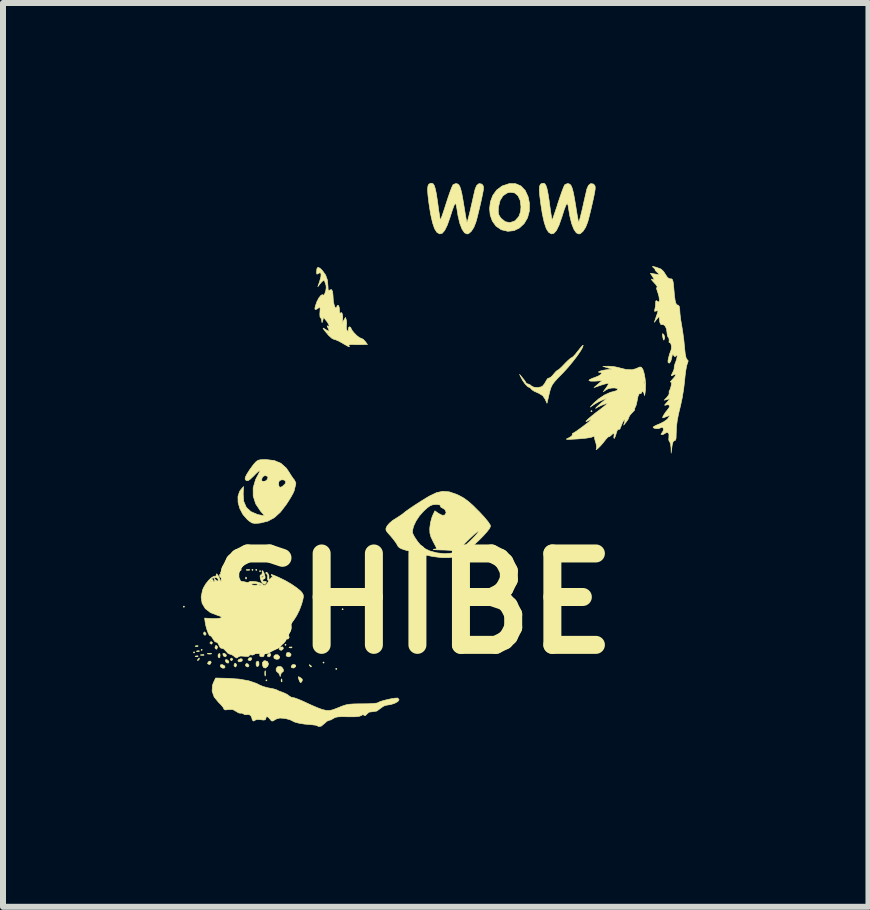
<source format=kicad_pcb>
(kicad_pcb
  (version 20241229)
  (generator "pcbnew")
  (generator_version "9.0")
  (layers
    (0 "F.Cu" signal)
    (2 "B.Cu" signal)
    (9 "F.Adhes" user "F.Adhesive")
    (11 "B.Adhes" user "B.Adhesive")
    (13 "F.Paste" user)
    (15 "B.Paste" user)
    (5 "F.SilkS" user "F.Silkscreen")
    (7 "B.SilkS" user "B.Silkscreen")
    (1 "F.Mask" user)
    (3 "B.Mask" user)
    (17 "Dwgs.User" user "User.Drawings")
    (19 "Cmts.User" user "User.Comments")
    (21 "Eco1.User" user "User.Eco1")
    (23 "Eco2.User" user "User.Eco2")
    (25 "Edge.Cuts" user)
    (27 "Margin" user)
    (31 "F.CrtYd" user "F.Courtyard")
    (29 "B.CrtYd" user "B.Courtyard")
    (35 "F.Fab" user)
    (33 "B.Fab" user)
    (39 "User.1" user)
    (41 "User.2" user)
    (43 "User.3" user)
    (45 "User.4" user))
  (footprint "SHIBE"
    (layer "F.Cu")
    (at 3.836 7.011)
    (property "Reference" "SHIBE" (at 0 0 0) (layer "F.SilkS") (effects (font (size 1.524 1.524) (thickness 0.3))))
    (attr through_hole)
    (fp_poly (pts (xy -3.81 0.053) (xy -3.821 0.064) (xy -3.831 0.053) (xy -3.821 0.042) (xy -3.81 0.053)) (stroke (width 0.01) (type solid)) (fill yes) (layer "F.SilkS"))
    (fp_poly (pts (xy -3.641 0.815) (xy -3.651 0.826) (xy -3.662 0.815) (xy -3.651 0.804) (xy -3.641 0.815)) (stroke (width 0.01) (type solid)) (fill yes) (layer "F.SilkS"))
    (fp_poly (pts (xy -3.514 0.773) (xy -3.524 0.783) (xy -3.535 0.773) (xy -3.524 0.762) (xy -3.514 0.773)) (stroke (width 0.01) (type solid)) (fill yes) (layer "F.SilkS"))
    (fp_poly (pts (xy -3.027 -0.519) (xy -3.037 -0.508) (xy -3.048 -0.519) (xy -3.037 -0.529) (xy -3.027 -0.519)) (stroke (width 0.01) (type solid)) (fill yes) (layer "F.SilkS"))
    (fp_poly (pts (xy -2.942 -0.561) (xy -2.953 -0.55) (xy -2.963 -0.561) (xy -2.953 -0.572) (xy -2.942 -0.561)) (stroke (width 0.01) (type solid)) (fill yes) (layer "F.SilkS"))
    (fp_poly (pts (xy -2.667 -0.561) (xy -2.678 -0.55) (xy -2.688 -0.561) (xy -2.678 -0.572) (xy -2.667 -0.561)) (stroke (width 0.01) (type solid)) (fill yes) (layer "F.SilkS"))
    (fp_poly (pts (xy -2.603 -0.561) (xy -2.614 -0.55) (xy -2.625 -0.561) (xy -2.614 -0.572) (xy -2.603 -0.561)) (stroke (width 0.01) (type solid)) (fill yes) (layer "F.SilkS"))
    (fp_poly (pts (xy -2.54 -0.54) (xy -2.551 -0.529) (xy -2.561 -0.54) (xy -2.551 -0.55) (xy -2.54 -0.54)) (stroke (width 0.01) (type solid)) (fill yes) (layer "F.SilkS"))
    (fp_poly (pts (xy -2.434 1.281) (xy -2.445 1.291) (xy -2.455 1.281) (xy -2.445 1.27) (xy -2.434 1.281)) (stroke (width 0.01) (type solid)) (fill yes) (layer "F.SilkS"))
    (fp_poly (pts (xy -2.117 0.688) (xy -2.127 0.699) (xy -2.138 0.688) (xy -2.127 0.677) (xy -2.117 0.688)) (stroke (width 0.01) (type solid)) (fill yes) (layer "F.SilkS"))
    (fp_poly (pts (xy -1.482 0.984) (xy -1.492 0.995) (xy -1.503 0.984) (xy -1.492 0.974) (xy -1.482 0.984)) (stroke (width 0.01) (type solid)) (fill yes) (layer "F.SilkS"))
    (fp_poly (pts (xy -1.27 1.09) (xy -1.281 1.101) (xy -1.291 1.09) (xy -1.281 1.079) (xy -1.27 1.09)) (stroke (width 0.01) (type solid)) (fill yes) (layer "F.SilkS"))
    (fp_poly (pts (xy -1.164 0.095) (xy -1.175 0.106) (xy -1.185 0.095) (xy -1.175 0.085) (xy -1.164 0.095)) (stroke (width 0.01) (type solid)) (fill yes) (layer "F.SilkS"))
    (fp_poly (pts (xy 2.985 -3.207) (xy 2.974 -3.196) (xy 2.963 -3.207) (xy 2.974 -3.217) (xy 2.985 -3.207)) (stroke (width 0.01) (type solid)) (fill yes) (layer "F.SilkS"))
    (fp_poly (pts (xy -3.583 0.707) (xy -3.589 0.716) (xy -3.611 0.718) (xy -3.633 0.713) (xy -3.623 0.705) (xy -3.59 0.703) (xy -3.583 0.707)) (stroke (width 0.01) (type solid)) (fill yes) (layer "F.SilkS"))
    (fp_poly (pts (xy -3.583 0.876) (xy -3.589 0.886) (xy -3.611 0.887) (xy -3.633 0.882) (xy -3.623 0.875) (xy -3.59 0.872) (xy -3.583 0.876)) (stroke (width 0.01) (type solid)) (fill yes) (layer "F.SilkS"))
    (fp_poly (pts (xy -3.562 0.792) (xy -3.568 0.801) (xy -3.59 0.803) (xy -3.612 0.797) (xy -3.602 0.79) (xy -3.569 0.787) (xy -3.562 0.792)) (stroke (width 0.01) (type solid)) (fill yes) (layer "F.SilkS"))
    (fp_poly (pts (xy -3.487 0.854) (xy -3.485 0.862) (xy -3.514 0.864) (xy -3.544 0.861) (xy -3.54 0.854) (xy -3.497 0.851) (xy -3.487 0.854)) (stroke (width 0.01) (type solid)) (fill yes) (layer "F.SilkS"))
    (fp_poly (pts (xy -3.013 -0.564) (xy -3.016 -0.552) (xy -3.027 -0.55) (xy -3.044 -0.558) (xy -3.041 -0.564) (xy -3.016 -0.567) (xy -3.013 -0.564)) (stroke (width 0.01) (type solid)) (fill yes) (layer "F.SilkS"))
    (fp_poly (pts (xy -2.863 -0.563) (xy -2.87 -0.554) (xy -2.891 -0.552) (xy -2.914 -0.557) (xy -2.904 -0.565) (xy -2.871 -0.567) (xy -2.863 -0.563)) (stroke (width 0.01) (type solid)) (fill yes) (layer "F.SilkS"))
    (fp_poly (pts (xy -2.78 -0.437) (xy -2.777 -0.412) (xy -2.78 -0.409) (xy -2.792 -0.412) (xy -2.794 -0.423) (xy -2.786 -0.441) (xy -2.78 -0.437)) (stroke (width 0.01) (type solid)) (fill yes) (layer "F.SilkS"))
    (fp_poly (pts (xy -2.725 -0.564) (xy -2.723 -0.557) (xy -2.752 -0.554) (xy -2.782 -0.557) (xy -2.778 -0.564) (xy -2.735 -0.567) (xy -2.725 -0.564)) (stroke (width 0.01) (type solid)) (fill yes) (layer "F.SilkS"))
    (fp_poly (pts (xy -2.187 1.266) (xy -2.184 1.299) (xy -2.189 1.307) (xy -2.198 1.3) (xy -2.2 1.279) (xy -2.194 1.256) (xy -2.187 1.266)) (stroke (width 0.01) (type solid)) (fill yes) (layer "F.SilkS"))
    (fp_poly (pts (xy -2.017 0.728) (xy -2.023 0.738) (xy -2.044 0.739) (xy -2.067 0.734) (xy -2.057 0.726) (xy -2.024 0.724) (xy -2.017 0.728)) (stroke (width 0.01) (type solid)) (fill yes) (layer "F.SilkS"))
    (fp_poly (pts (xy -3.365 0.982) (xy -3.383 1.012) (xy -3.399 1.016) (xy -3.424 1.004) (xy -3.424 0.991) (xy -3.403 0.963) (xy -3.378 0.959) (xy -3.365 0.982)) (stroke (width 0.01) (type solid)) (fill yes) (layer "F.SilkS"))
    (fp_poly (pts (xy -2.952 -0.525) (xy -2.959 -0.509) (xy -2.978 -0.499) (xy -3.003 -0.492) (xy -2.993 -0.508) (xy -2.99 -0.511) (xy -2.962 -0.527) (xy -2.952 -0.525)) (stroke (width 0.01) (type solid)) (fill yes) (layer "F.SilkS"))
    (fp_poly (pts (xy -2.938 -0.453) (xy -2.93 -0.428) (xy -2.932 -0.422) (xy -2.95 -0.403) (xy -2.956 -0.425) (xy -2.956 -0.433) (xy -2.947 -0.454) (xy -2.938 -0.453)) (stroke (width 0.01) (type solid)) (fill yes) (layer "F.SilkS"))
    (fp_poly (pts (xy -2.756 1.005) (xy -2.735 1.033) (xy -2.745 1.055) (xy -2.76 1.058) (xy -2.79 1.041) (xy -2.794 1.025) (xy -2.782 1.002) (xy -2.756 1.005)) (stroke (width 0.01) (type solid)) (fill yes) (layer "F.SilkS"))
    (fp_poly (pts (xy -2.371 0.855) (xy -2.388 0.885) (xy -2.404 0.889) (xy -2.429 0.877) (xy -2.429 0.864) (xy -2.408 0.836) (xy -2.383 0.832) (xy -2.371 0.855)) (stroke (width 0.01) (type solid)) (fill yes) (layer "F.SilkS"))
    (fp_poly (pts (xy -1.718 1.025) (xy -1.695 1.044) (xy -1.693 1.049) (xy -1.703 1.058) (xy -1.724 1.038) (xy -1.727 1.034) (xy -1.73 1.019) (xy -1.718 1.025)) (stroke (width 0.01) (type solid)) (fill yes) (layer "F.SilkS"))
    (fp_poly (pts (xy -3.563 0.924) (xy -3.567 0.931) (xy -3.587 0.952) (xy -3.59 0.953) (xy -3.592 0.939) (xy -3.588 0.931) (xy -3.568 0.911) (xy -3.564 0.91) (xy -3.563 0.924)) (stroke (width 0.01) (type solid)) (fill yes) (layer "F.SilkS"))
    (fp_poly (pts (xy -3.471 0.476) (xy -3.451 0.503) (xy -3.45 0.509) (xy -3.466 0.529) (xy -3.471 0.529) (xy -3.49 0.512) (xy -3.493 0.496) (xy -3.482 0.474) (xy -3.471 0.476)) (stroke (width 0.01) (type solid)) (fill yes) (layer "F.SilkS"))
    (fp_poly (pts (xy -3.36 0.833) (xy -3.359 0.84) (xy -3.392 0.843) (xy -3.397 0.843) (xy -3.43 0.839) (xy -3.427 0.833) (xy -3.423 0.832) (xy -3.377 0.829) (xy -3.36 0.833)) (stroke (width 0.01) (type solid)) (fill yes) (layer "F.SilkS"))
    (fp_poly (pts (xy -3.345 0.651) (xy -3.344 0.656) (xy -3.36 0.677) (xy -3.365 0.677) (xy -3.386 0.661) (xy -3.387 0.656) (xy -3.371 0.636) (xy -3.365 0.635) (xy -3.345 0.651)) (stroke (width 0.01) (type solid)) (fill yes) (layer "F.SilkS"))
    (fp_poly (pts (xy -3.262 0.716) (xy -3.26 0.73) (xy -3.271 0.758) (xy -3.281 0.762) (xy -3.3 0.745) (xy -3.302 0.73) (xy -3.291 0.702) (xy -3.281 0.699) (xy -3.262 0.716)) (stroke (width 0.01) (type solid)) (fill yes) (layer "F.SilkS"))
    (fp_poly (pts (xy -3.217 0.863) (xy -3.217 0.864) (xy -3.223 0.904) (xy -3.238 0.903) (xy -3.25 0.887) (xy -3.25 0.854) (xy -3.241 0.841) (xy -3.223 0.833) (xy -3.217 0.863)) (stroke (width 0.01) (type solid)) (fill yes) (layer "F.SilkS"))
    (fp_poly (pts (xy -3.118 0.851) (xy -3.111 0.869) (xy -3.125 0.888) (xy -3.152 0.881) (xy -3.165 0.866) (xy -3.171 0.838) (xy -3.168 0.833) (xy -3.143 0.831) (xy -3.118 0.851)) (stroke (width 0.01) (type solid)) (fill yes) (layer "F.SilkS"))
    (fp_poly (pts (xy -3.076 0.957) (xy -3.069 0.975) (xy -3.082 0.994) (xy -3.109 0.987) (xy -3.123 0.972) (xy -3.129 0.944) (xy -3.126 0.938) (xy -3.101 0.937) (xy -3.076 0.957)) (stroke (width 0.01) (type solid)) (fill yes) (layer "F.SilkS"))
    (fp_poly (pts (xy -3.012 -0.452) (xy -3.016 -0.445) (xy -3.036 -0.424) (xy -3.04 -0.423) (xy -3.041 -0.437) (xy -3.037 -0.445) (xy -3.017 -0.465) (xy -3.014 -0.466) (xy -3.012 -0.452)) (stroke (width 0.01) (type solid)) (fill yes) (layer "F.SilkS"))
    (fp_poly (pts (xy -3.006 0.926) (xy -3.006 0.931) (xy -3.022 0.952) (xy -3.027 0.953) (xy -3.047 0.936) (xy -3.048 0.931) (xy -3.032 0.911) (xy -3.027 0.91) (xy -3.006 0.926)) (stroke (width 0.01) (type solid)) (fill yes) (layer "F.SilkS"))
    (fp_poly (pts (xy -2.945 1.012) (xy -2.942 1.027) (xy -2.954 1.055) (xy -2.963 1.058) (xy -2.982 1.041) (xy -2.985 1.027) (xy -2.973 0.998) (xy -2.963 0.995) (xy -2.945 1.012)) (stroke (width 0.01) (type solid)) (fill yes) (layer "F.SilkS"))
    (fp_poly (pts (xy -2.85 0.925) (xy -2.847 0.951) (xy -2.849 0.955) (xy -2.874 0.971) (xy -2.906 0.971) (xy -2.921 0.955) (xy -2.904 0.932) (xy -2.871 0.92) (xy -2.85 0.925)) (stroke (width 0.01) (type solid)) (fill yes) (layer "F.SilkS"))
    (fp_poly (pts (xy -2.693 0.906) (xy -2.688 0.921) (xy -2.705 0.949) (xy -2.72 0.953) (xy -2.748 0.942) (xy -2.752 0.934) (xy -2.735 0.91) (xy -2.72 0.903) (xy -2.693 0.906)) (stroke (width 0.01) (type solid)) (fill yes) (layer "F.SilkS"))
    (fp_poly (pts (xy -2.57 0.982) (xy -2.569 1.024) (xy -2.579 1.042) (xy -2.602 1.051) (xy -2.616 1.029) (xy -2.617 0.986) (xy -2.607 0.969) (xy -2.584 0.96) (xy -2.57 0.982)) (stroke (width 0.01) (type solid)) (fill yes) (layer "F.SilkS"))
    (fp_poly (pts (xy -2.482 0.822) (xy -2.477 0.845) (xy -2.49 0.881) (xy -2.52 0.889) (xy -2.554 0.878) (xy -2.557 0.852) (xy -2.538 0.818) (xy -2.507 0.808) (xy -2.482 0.822)) (stroke (width 0.01) (type solid)) (fill yes) (layer "F.SilkS"))
    (fp_poly (pts (xy -2.462 1.127) (xy -2.459 1.181) (xy -2.462 1.201) (xy -2.468 1.208) (xy -2.471 1.179) (xy -2.472 1.164) (xy -2.469 1.126) (xy -2.464 1.121) (xy -2.462 1.127)) (stroke (width 0.01) (type solid)) (fill yes) (layer "F.SilkS"))
    (fp_poly (pts (xy -2.187 0.626) (xy -2.173 0.646) (xy -2.167 0.668) (xy -2.183 0.673) (xy -2.228 0.663) (xy -2.254 0.646) (xy -2.253 0.633) (xy -2.222 0.615) (xy -2.187 0.626)) (stroke (width 0.01) (type solid)) (fill yes) (layer "F.SilkS"))
    (fp_poly (pts (xy -2.162 0.743) (xy -2.169 0.761) (xy -2.199 0.782) (xy -2.231 0.765) (xy -2.233 0.762) (xy -2.228 0.738) (xy -2.212 0.727) (xy -2.174 0.723) (xy -2.162 0.743)) (stroke (width 0.01) (type solid)) (fill yes) (layer "F.SilkS"))
    (fp_poly (pts (xy -1.957 1.027) (xy -1.956 1.051) (xy -1.983 1.072) (xy -1.997 1.076) (xy -2.027 1.067) (xy -2.032 1.049) (xy -2.014 1.022) (xy -1.988 1.016) (xy -1.957 1.027)) (stroke (width 0.01) (type solid)) (fill yes) (layer "F.SilkS"))
    (fp_poly (pts (xy -3.148 1.034) (xy -3.133 1.058) (xy -3.148 1.077) (xy -3.18 1.076) (xy -3.207 1.057) (xy -3.208 1.057) (xy -3.213 1.028) (xy -3.21 1.023) (xy -3.181 1.018) (xy -3.148 1.034)) (stroke (width 0.01) (type solid)) (fill yes) (layer "F.SilkS"))
    (fp_poly (pts (xy -2.425 0.969) (xy -2.41 1.007) (xy -2.422 1.043) (xy -2.46 1.076) (xy -2.491 1.068) (xy -2.508 1.037) (xy -2.512 0.985) (xy -2.486 0.956) (xy -2.467 0.953) (xy -2.425 0.969)) (stroke (width 0.01) (type solid)) (fill yes) (layer "F.SilkS"))
    (fp_poly (pts (xy -2.33 0.708) (xy -2.318 0.736) (xy -2.321 0.752) (xy -2.348 0.779) (xy -2.384 0.779) (xy -2.401 0.764) (xy -2.398 0.738) (xy -2.371 0.713) (xy -2.339 0.705) (xy -2.33 0.708)) (stroke (width 0.01) (type solid)) (fill yes) (layer "F.SilkS"))
    (fp_poly (pts (xy -2.075 0.528) (xy -2.065 0.568) (xy -2.084 0.591) (xy -2.095 0.593) (xy -2.123 0.577) (xy -2.128 0.57) (xy -2.128 0.537) (xy -2.118 0.522) (xy -2.092 0.51) (xy -2.075 0.528)) (stroke (width 0.01) (type solid)) (fill yes) (layer "F.SilkS"))
    (fp_poly (pts (xy -2.062 0.819) (xy -2.034 0.844) (xy -2.039 0.874) (xy -2.072 0.889) (xy -2.074 0.889) (xy -2.109 0.877) (xy -2.117 0.861) (xy -2.104 0.821) (xy -2.068 0.816) (xy -2.062 0.819)) (stroke (width 0.01) (type solid)) (fill yes) (layer "F.SilkS"))
    (fp_poly (pts (xy -1.883 1.233) (xy -1.848 1.26) (xy -1.847 1.285) (xy -1.86 1.309) (xy -1.877 1.319) (xy -1.894 1.291) (xy -1.901 1.273) (xy -1.914 1.23) (xy -1.909 1.219) (xy -1.883 1.233)) (stroke (width 0.01) (type solid)) (fill yes) (layer "F.SilkS"))
    (fp_poly (pts (xy 4.177 -4.485) (xy 4.182 -4.479) (xy 4.195 -4.44) (xy 4.191 -4.413) (xy 4.18 -4.391) (xy 4.171 -4.404) (xy 4.164 -4.435) (xy 4.156 -4.485) (xy 4.16 -4.499) (xy 4.177 -4.485)) (stroke (width 0.01) (type solid)) (fill yes) (layer "F.SilkS"))
    (fp_poly (pts (xy -2.256 0.854) (xy -2.227 0.882) (xy -2.223 0.899) (xy -2.239 0.924) (xy -2.275 0.931) (xy -2.31 0.918) (xy -2.319 0.908) (xy -2.32 0.876) (xy -2.294 0.854) (xy -2.256 0.854) (xy -2.256 0.854)) (stroke (width 0.01) (type solid)) (fill yes) (layer "F.SilkS"))
    (fp_poly (pts (xy -2.207 1.05) (xy -2.188 1.061) (xy -2.165 1.093) (xy -2.16 1.127) (xy -2.177 1.143) (xy -2.179 1.143) (xy -2.198 1.161) (xy -2.208 1.191) (xy -2.215 1.218) (xy -2.219 1.203) (xy -2.22 1.201) (xy -2.238 1.162) (xy -2.254 1.151) (xy -2.282 1.122) (xy -2.282 1.082) (xy -2.256 1.052) (xy -2.252 1.05) (xy -2.207 1.05)) (stroke (width 0.01) (type solid)) (fill yes) (layer "F.SilkS"))
    (fp_poly (pts (xy -2.505 -0.543) (xy -2.486 -0.511) (xy -2.484 -0.506) (xy -2.478 -0.482) (xy -2.478 -0.482) (xy -2.468 -0.456) (xy -2.467 -0.425) (xy -2.474 -0.412) (xy -2.476 -0.413) (xy -2.497 -0.406) (xy -2.505 -0.393) (xy -2.502 -0.371) (xy -2.477 -0.37) (xy -2.448 -0.368) (xy -2.448 -0.348) (xy -2.472 -0.32) (xy -2.504 -0.333) (xy -2.515 -0.345) (xy -2.533 -0.378) (xy -2.546 -0.421) (xy -2.547 -0.429) (xy -2.538 -0.429) (xy -2.517 -0.434) (xy -2.513 -0.435) (xy -2.487 -0.452) (xy -2.487 -0.462) (xy -2.509 -0.459) (xy -2.524 -0.447) (xy -2.538 -0.429) (xy -2.547 -0.429) (xy -2.551 -0.459) (xy -2.544 -0.477) (xy -2.539 -0.475) (xy -2.521 -0.48) (xy -2.515 -0.514) (xy -2.518 -0.54) (xy -2.512 -0.549) (xy -2.505 -0.543)) (stroke (width 0.01) (type solid)) (fill yes) (layer "F.SilkS"))
    (fp_poly (pts (xy 1.709 -6.999) (xy 1.798 -6.961) (xy 1.869 -6.887) (xy 1.918 -6.78) (xy 1.94 -6.673) (xy 1.939 -6.544) (xy 1.908 -6.429) (xy 1.851 -6.333) (xy 1.774 -6.261) (xy 1.682 -6.216) (xy 1.58 -6.205) (xy 1.472 -6.231) (xy 1.469 -6.232) (xy 1.383 -6.291) (xy 1.322 -6.375) (xy 1.286 -6.476) (xy 1.281 -6.527) (xy 1.42 -6.527) (xy 1.43 -6.479) (xy 1.457 -6.435) (xy 1.471 -6.418) (xy 1.538 -6.365) (xy 1.613 -6.35) (xy 1.688 -6.374) (xy 1.707 -6.388) (xy 1.764 -6.452) (xy 1.793 -6.535) (xy 1.799 -6.614) (xy 1.786 -6.72) (xy 1.749 -6.798) (xy 1.693 -6.845) (xy 1.62 -6.856) (xy 1.571 -6.845) (xy 1.5 -6.798) (xy 1.45 -6.718) (xy 1.424 -6.61) (xy 1.423 -6.599) (xy 1.42 -6.527) (xy 1.281 -6.527) (xy 1.276 -6.587) (xy 1.29 -6.699) (xy 1.329 -6.803) (xy 1.393 -6.892) (xy 1.481 -6.958) (xy 1.488 -6.962) (xy 1.604 -7) (xy 1.709 -6.999)) (stroke (width 0.01) (type solid)) (fill yes) (layer "F.SilkS"))
    (fp_poly (pts (xy 2.836 -4.304) (xy 2.823 -4.264) (xy 2.785 -4.2) (xy 2.729 -4.119) (xy 2.66 -4.03) (xy 2.584 -3.938) (xy 2.504 -3.85) (xy 2.484 -3.83) (xy 2.408 -3.752) (xy 2.356 -3.694) (xy 2.321 -3.646) (xy 2.299 -3.6) (xy 2.282 -3.546) (xy 2.269 -3.493) (xy 2.233 -3.338) (xy 2.201 -3.408) (xy 2.162 -3.465) (xy 2.096 -3.505) (xy 2.075 -3.514) (xy 2.018 -3.54) (xy 1.98 -3.565) (xy 1.973 -3.574) (xy 1.952 -3.597) (xy 1.946 -3.598) (xy 1.911 -3.616) (xy 1.868 -3.66) (xy 1.826 -3.72) (xy 1.809 -3.751) (xy 1.775 -3.821) (xy 1.828 -3.757) (xy 1.863 -3.713) (xy 1.882 -3.682) (xy 1.883 -3.678) (xy 1.901 -3.663) (xy 1.913 -3.662) (xy 1.95 -3.647) (xy 1.968 -3.63) (xy 2.011 -3.607) (xy 2.073 -3.6) (xy 2.133 -3.611) (xy 2.159 -3.625) (xy 2.191 -3.663) (xy 2.218 -3.711) (xy 2.241 -3.748) (xy 2.263 -3.758) (xy 2.264 -3.758) (xy 2.287 -3.766) (xy 2.323 -3.799) (xy 2.34 -3.82) (xy 2.377 -3.863) (xy 2.404 -3.887) (xy 2.41 -3.889) (xy 2.43 -3.901) (xy 2.47 -3.937) (xy 2.522 -3.99) (xy 2.526 -3.995) (xy 2.579 -4.048) (xy 2.622 -4.086) (xy 2.646 -4.1) (xy 2.646 -4.1) (xy 2.667 -4.114) (xy 2.704 -4.153) (xy 2.749 -4.21) (xy 2.75 -4.211) (xy 2.793 -4.265) (xy 2.823 -4.298) (xy 2.836 -4.305) (xy 2.836 -4.304)) (stroke (width 0.01) (type solid)) (fill yes) (layer "F.SilkS"))
    (fp_poly (pts (xy 0.333 -6.998) (xy 0.353 -6.969) (xy 0.37 -6.916) (xy 0.388 -6.832) (xy 0.406 -6.713) (xy 0.414 -6.657) (xy 0.427 -6.559) (xy 0.44 -6.477) (xy 0.449 -6.42) (xy 0.455 -6.396) (xy 0.455 -6.396) (xy 0.464 -6.412) (xy 0.483 -6.462) (xy 0.509 -6.538) (xy 0.54 -6.633) (xy 0.552 -6.671) (xy 0.586 -6.775) (xy 0.618 -6.867) (xy 0.645 -6.937) (xy 0.664 -6.977) (xy 0.667 -6.982) (xy 0.709 -7) (xy 0.737 -6.997) (xy 0.758 -6.984) (xy 0.777 -6.957) (xy 0.794 -6.91) (xy 0.812 -6.838) (xy 0.831 -6.735) (xy 0.854 -6.596) (xy 0.858 -6.573) (xy 0.872 -6.484) (xy 0.885 -6.412) (xy 0.895 -6.366) (xy 0.898 -6.355) (xy 0.906 -6.371) (xy 0.92 -6.421) (xy 0.94 -6.497) (xy 0.962 -6.591) (xy 0.963 -6.597) (xy 0.987 -6.701) (xy 1.008 -6.795) (xy 1.025 -6.868) (xy 1.035 -6.909) (xy 1.061 -6.97) (xy 1.099 -7) (xy 1.14 -6.994) (xy 1.155 -6.983) (xy 1.168 -6.965) (xy 1.174 -6.941) (xy 1.173 -6.902) (xy 1.162 -6.841) (xy 1.143 -6.749) (xy 1.133 -6.704) (xy 1.108 -6.595) (xy 1.083 -6.491) (xy 1.061 -6.404) (xy 1.047 -6.356) (xy 1.014 -6.272) (xy 0.972 -6.206) (xy 0.927 -6.167) (xy 0.902 -6.16) (xy 0.858 -6.18) (xy 0.817 -6.24) (xy 0.78 -6.336) (xy 0.749 -6.466) (xy 0.731 -6.58) (xy 0.721 -6.636) (xy 0.711 -6.664) (xy 0.698 -6.662) (xy 0.68 -6.627) (xy 0.655 -6.558) (xy 0.62 -6.45) (xy 0.615 -6.433) (xy 0.57 -6.306) (xy 0.527 -6.219) (xy 0.485 -6.171) (xy 0.442 -6.162) (xy 0.397 -6.189) (xy 0.395 -6.191) (xy 0.358 -6.25) (xy 0.324 -6.351) (xy 0.292 -6.495) (xy 0.263 -6.681) (xy 0.263 -6.684) (xy 0.248 -6.808) (xy 0.242 -6.897) (xy 0.247 -6.956) (xy 0.262 -6.99) (xy 0.289 -7.004) (xy 0.31 -7.006) (xy 0.333 -6.998)) (stroke (width 0.01) (type solid)) (fill yes) (layer "F.SilkS"))
    (fp_poly (pts (xy 2.196 -6.998) (xy 2.215 -6.969) (xy 2.233 -6.916) (xy 2.25 -6.832) (xy 2.269 -6.713) (xy 2.276 -6.657) (xy 2.29 -6.559) (xy 2.302 -6.477) (xy 2.312 -6.42) (xy 2.318 -6.396) (xy 2.318 -6.396) (xy 2.327 -6.412) (xy 2.345 -6.462) (xy 2.371 -6.538) (xy 2.403 -6.633) (xy 2.414 -6.671) (xy 2.449 -6.775) (xy 2.481 -6.867) (xy 2.508 -6.937) (xy 2.526 -6.977) (xy 2.53 -6.982) (xy 2.572 -7) (xy 2.599 -6.997) (xy 2.621 -6.984) (xy 2.64 -6.957) (xy 2.657 -6.91) (xy 2.675 -6.838) (xy 2.694 -6.735) (xy 2.717 -6.596) (xy 2.72 -6.573) (xy 2.735 -6.484) (xy 2.748 -6.412) (xy 2.757 -6.366) (xy 2.761 -6.355) (xy 2.768 -6.371) (xy 2.783 -6.421) (xy 2.802 -6.497) (xy 2.825 -6.591) (xy 2.826 -6.597) (xy 2.849 -6.701) (xy 2.871 -6.795) (xy 2.888 -6.868) (xy 2.897 -6.909) (xy 2.924 -6.97) (xy 2.961 -7) (xy 3.003 -6.994) (xy 3.017 -6.983) (xy 3.031 -6.965) (xy 3.037 -6.941) (xy 3.035 -6.902) (xy 3.025 -6.841) (xy 3.006 -6.749) (xy 2.996 -6.704) (xy 2.971 -6.595) (xy 2.946 -6.491) (xy 2.924 -6.404) (xy 2.91 -6.356) (xy 2.877 -6.272) (xy 2.834 -6.206) (xy 2.79 -6.167) (xy 2.765 -6.16) (xy 2.721 -6.18) (xy 2.68 -6.24) (xy 2.643 -6.336) (xy 2.612 -6.466) (xy 2.593 -6.58) (xy 2.584 -6.636) (xy 2.574 -6.664) (xy 2.561 -6.662) (xy 2.543 -6.627) (xy 2.517 -6.558) (xy 2.483 -6.45) (xy 2.477 -6.433) (xy 2.433 -6.306) (xy 2.39 -6.219) (xy 2.347 -6.171) (xy 2.305 -6.162) (xy 2.26 -6.189) (xy 2.258 -6.191) (xy 2.221 -6.25) (xy 2.187 -6.351) (xy 2.155 -6.495) (xy 2.126 -6.681) (xy 2.126 -6.684) (xy 2.111 -6.808) (xy 2.105 -6.897) (xy 2.109 -6.956) (xy 2.124 -6.99) (xy 2.151 -7.004) (xy 2.173 -7.006) (xy 2.196 -6.998)) (stroke (width 0.01) (type solid)) (fill yes) (layer "F.SilkS"))
    (fp_poly (pts (xy -2.314 -2.384) (xy -2.202 -2.337) (xy -2.112 -2.256) (xy -2.07 -2.194) (xy -2.03 -2.13) (xy -1.994 -2.078) (xy -1.977 -2.058) (xy -1.954 -2.009) (xy -1.957 -1.981) (xy -1.972 -1.924) (xy -1.981 -1.883) (xy -1.998 -1.843) (xy -2.033 -1.779) (xy -2.081 -1.701) (xy -2.113 -1.652) (xy -2.212 -1.523) (xy -2.312 -1.432) (xy -2.421 -1.373) (xy -2.544 -1.343) (xy -2.567 -1.34) (xy -2.636 -1.335) (xy -2.683 -1.343) (xy -2.725 -1.369) (xy -2.761 -1.399) (xy -2.836 -1.484) (xy -2.888 -1.583) (xy -2.917 -1.686) (xy -2.919 -1.785) (xy -2.892 -1.868) (xy -2.873 -1.895) (xy -2.826 -1.95) (xy -2.832 -1.827) (xy -2.823 -1.703) (xy -2.781 -1.605) (xy -2.705 -1.533) (xy -2.596 -1.485) (xy -2.543 -1.474) (xy -2.472 -1.461) (xy -2.541 -1.538) (xy -2.623 -1.661) (xy -2.665 -1.792) (xy -2.666 -1.928) (xy -2.652 -1.975) (xy -2.24 -1.975) (xy -2.235 -1.956) (xy -2.222 -1.937) (xy -2.196 -1.943) (xy -2.169 -1.96) (xy -2.133 -1.995) (xy -2.121 -2.03) (xy -2.144 -2.057) (xy -2.184 -2.064) (xy -2.222 -2.051) (xy -2.24 -2.025) (xy -2.24 -1.975) (xy -2.652 -1.975) (xy -2.626 -2.064) (xy -2.62 -2.076) (xy -2.524 -2.076) (xy -2.52 -2.042) (xy -2.493 -2.031) (xy -2.455 -2.045) (xy -2.433 -2.065) (xy -2.418 -2.1) (xy -2.429 -2.12) (xy -2.467 -2.135) (xy -2.504 -2.115) (xy -2.524 -2.076) (xy -2.62 -2.076) (xy -2.603 -2.11) (xy -2.572 -2.168) (xy -2.554 -2.209) (xy -2.552 -2.223) (xy -2.572 -2.208) (xy -2.613 -2.172) (xy -2.659 -2.125) (xy -2.714 -2.073) (xy -2.75 -2.048) (xy -2.774 -2.047) (xy -2.784 -2.053) (xy -2.8 -2.075) (xy -2.796 -2.105) (xy -2.771 -2.156) (xy -2.767 -2.162) (xy -2.721 -2.234) (xy -2.667 -2.308) (xy -2.655 -2.323) (xy -2.617 -2.365) (xy -2.583 -2.388) (xy -2.538 -2.398) (xy -2.468 -2.4) (xy -2.453 -2.4) (xy -2.314 -2.384)) (stroke (width 0.01) (type solid)) (fill yes) (layer "F.SilkS"))
    (fp_poly (pts (xy 0.603 -1.862) (xy 0.723 -1.821) (xy 0.765 -1.802) (xy 0.842 -1.76) (xy 0.916 -1.707) (xy 0.998 -1.635) (xy 1.096 -1.537) (xy 1.099 -1.535) (xy 1.187 -1.44) (xy 1.25 -1.364) (xy 1.285 -1.311) (xy 1.291 -1.29) (xy 1.276 -1.253) (xy 1.233 -1.197) (xy 1.171 -1.128) (xy 1.096 -1.052) (xy 1.014 -0.976) (xy 0.933 -0.907) (xy 0.858 -0.851) (xy 0.798 -0.814) (xy 0.795 -0.812) (xy 0.703 -0.78) (xy 0.598 -0.764) (xy 0.475 -0.765) (xy 0.328 -0.784) (xy 0.15 -0.82) (xy 0.067 -0.84) (xy -0.052 -0.87) (xy -0.136 -0.893) (xy -0.192 -0.912) (xy -0.227 -0.93) (xy -0.248 -0.949) (xy -0.26 -0.971) (xy -0.287 -1.016) (xy -0.333 -1.077) (xy -0.375 -1.127) (xy -0.424 -1.182) (xy -0.447 -1.215) (xy -0.01 -1.215) (xy -0.007 -1.17) (xy 0.025 -1.108) (xy 0.074 -1.036) (xy 0.128 -0.97) (xy 0.176 -0.925) (xy 0.179 -0.924) (xy 0.279 -0.876) (xy 0.401 -0.844) (xy 0.527 -0.831) (xy 0.632 -0.839) (xy 0.685 -0.853) (xy 0.698 -0.867) (xy 0.673 -0.878) (xy 0.612 -0.887) (xy 0.518 -0.892) (xy 0.492 -0.892) (xy 0.412 -0.894) (xy 0.357 -0.897) (xy 0.335 -0.901) (xy 0.342 -0.904) (xy 0.399 -0.913) (xy 0.387 -0.934) (xy 0.807 -0.934) (xy 0.822 -0.938) (xy 0.867 -0.97) (xy 0.893 -0.99) (xy 0.942 -1.033) (xy 0.994 -1.084) (xy 1.041 -1.134) (xy 1.076 -1.176) (xy 1.091 -1.202) (xy 1.089 -1.206) (xy 1.067 -1.193) (xy 1.023 -1.156) (xy 0.965 -1.102) (xy 0.93 -1.069) (xy 0.861 -1.001) (xy 0.82 -0.955) (xy 0.807 -0.934) (xy 0.387 -0.934) (xy 0.335 -1.033) (xy 0.298 -1.11) (xy 0.281 -1.173) (xy 0.278 -1.241) (xy 0.28 -1.27) (xy 0.292 -1.354) (xy 0.314 -1.434) (xy 0.326 -1.466) (xy 0.364 -1.545) (xy 0.426 -1.501) (xy 0.485 -1.471) (xy 0.528 -1.474) (xy 0.549 -1.509) (xy 0.55 -1.524) (xy 0.531 -1.567) (xy 0.496 -1.588) (xy 0.461 -1.609) (xy 0.455 -1.63) (xy 0.446 -1.644) (xy 0.401 -1.651) (xy 0.381 -1.651) (xy 0.331 -1.647) (xy 0.287 -1.631) (xy 0.239 -1.597) (xy 0.179 -1.543) (xy 0.108 -1.464) (xy 0.05 -1.377) (xy 0.009 -1.29) (xy -0.01 -1.215) (xy -0.447 -1.215) (xy -0.449 -1.218) (xy -0.453 -1.246) (xy -0.441 -1.277) (xy -0.435 -1.289) (xy -0.398 -1.335) (xy -0.34 -1.385) (xy -0.305 -1.407) (xy -0.243 -1.446) (xy -0.191 -1.481) (xy -0.172 -1.495) (xy -0.124 -1.534) (xy -0.049 -1.587) (xy 0.042 -1.648) (xy 0.139 -1.71) (xy 0.231 -1.767) (xy 0.274 -1.792) (xy 0.39 -1.848) (xy 0.496 -1.871) (xy 0.603 -1.862)) (stroke (width 0.01) (type solid)) (fill yes) (layer "F.SilkS"))
    (fp_poly (pts (xy -3.085 1.247) (xy -2.9 1.26) (xy -2.74 1.288) (xy -2.61 1.332) (xy -2.568 1.354) (xy -2.504 1.382) (xy -2.425 1.404) (xy -2.398 1.409) (xy -2.334 1.421) (xy -2.287 1.434) (xy -2.275 1.439) (xy -2.242 1.456) (xy -2.188 1.476) (xy -2.177 1.48) (xy -2.119 1.504) (xy -2.077 1.531) (xy -2.073 1.536) (xy -2.032 1.562) (xy -2.009 1.566) (xy -1.97 1.575) (xy -1.908 1.598) (xy -1.837 1.628) (xy -1.702 1.691) (xy -1.597 1.736) (xy -1.517 1.766) (xy -1.454 1.781) (xy -1.399 1.784) (xy -1.347 1.774) (xy -1.291 1.754) (xy -1.248 1.737) (xy -1.179 1.709) (xy -1.121 1.69) (xy -1.061 1.679) (xy -0.988 1.674) (xy -0.89 1.672) (xy -0.846 1.672) (xy -0.747 1.671) (xy -0.664 1.666) (xy -0.607 1.66) (xy -0.583 1.653) (xy -0.557 1.638) (xy -0.502 1.62) (xy -0.431 1.602) (xy -0.358 1.586) (xy -0.296 1.577) (xy -0.257 1.576) (xy -0.253 1.578) (xy -0.233 1.605) (xy -0.255 1.635) (xy -0.306 1.663) (xy -0.371 1.684) (xy -0.43 1.693) (xy -0.434 1.693) (xy -0.488 1.709) (xy -0.543 1.747) (xy -0.546 1.75) (xy -0.605 1.793) (xy -0.67 1.803) (xy -0.733 1.811) (xy -0.769 1.842) (xy -0.798 1.871) (xy -0.815 1.863) (xy -0.837 1.852) (xy -0.862 1.867) (xy -0.899 1.881) (xy -0.967 1.888) (xy -1.072 1.888) (xy -1.088 1.888) (xy -1.189 1.886) (xy -1.258 1.89) (xy -1.302 1.901) (xy -1.323 1.913) (xy -1.369 1.939) (xy -1.398 1.947) (xy -1.435 1.962) (xy -1.476 1.998) (xy -1.478 2) (xy -1.53 2.044) (xy -1.575 2.051) (xy -1.595 2.039) (xy -1.623 2.029) (xy -1.677 2.022) (xy -1.699 2.02) (xy -1.811 2.01) (xy -1.908 1.994) (xy -1.98 1.974) (xy -2.011 1.957) (xy -2.05 1.938) (xy -2.113 1.921) (xy -2.143 1.915) (xy -2.219 1.909) (xy -2.273 1.922) (xy -2.299 1.936) (xy -2.338 1.959) (xy -2.362 1.956) (xy -2.384 1.928) (xy -2.419 1.891) (xy -2.446 1.888) (xy -2.455 1.917) (xy -2.463 1.938) (xy -2.493 1.943) (xy -2.538 1.937) (xy -2.601 1.933) (xy -2.634 1.945) (xy -2.635 1.946) (xy -2.658 1.96) (xy -2.68 1.942) (xy -2.688 1.906) (xy -2.705 1.868) (xy -2.743 1.848) (xy -2.776 1.854) (xy -2.807 1.853) (xy -2.826 1.841) (xy -2.86 1.826) (xy -2.875 1.829) (xy -2.904 1.825) (xy -2.946 1.801) (xy -2.95 1.798) (xy -3.004 1.768) (xy -3.066 1.767) (xy -3.079 1.769) (xy -3.133 1.774) (xy -3.153 1.761) (xy -3.154 1.756) (xy -3.168 1.728) (xy -3.206 1.683) (xy -3.241 1.649) (xy -3.316 1.558) (xy -3.35 1.461) (xy -3.344 1.362) (xy -3.326 1.315) (xy -3.291 1.242) (xy -3.085 1.247)) (stroke (width 0.01) (type solid)) (fill yes) (layer "F.SilkS"))
    (fp_poly (pts (xy -1.552 -5.59) (xy -1.513 -5.552) (xy -1.458 -5.476) (xy -1.428 -5.392) (xy -1.418 -5.285) (xy -1.418 -5.276) (xy -1.415 -5.229) (xy -1.404 -5.217) (xy -1.389 -5.226) (xy -1.36 -5.234) (xy -1.342 -5.202) (xy -1.334 -5.129) (xy -1.333 -5.101) (xy -1.329 -5.042) (xy -1.318 -4.987) (xy -1.303 -4.944) (xy -1.288 -4.923) (xy -1.277 -4.933) (xy -1.276 -4.937) (xy -1.26 -4.971) (xy -1.243 -4.969) (xy -1.231 -4.935) (xy -1.227 -4.895) (xy -1.224 -4.846) (xy -1.213 -4.839) (xy -1.209 -4.844) (xy -1.193 -4.851) (xy -1.179 -4.828) (xy -1.172 -4.785) (xy -1.174 -4.733) (xy -1.177 -4.72) (xy -1.188 -4.667) (xy -1.157 -4.719) (xy -1.127 -4.77) (xy -1.112 -4.724) (xy -1.106 -4.668) (xy -1.111 -4.636) (xy -1.112 -4.583) (xy -1.103 -4.557) (xy -1.086 -4.533) (xy -1.081 -4.548) (xy -1.08 -4.567) (xy -1.072 -4.604) (xy -1.058 -4.614) (xy -1.038 -4.599) (xy -1.037 -4.594) (xy -1.022 -4.561) (xy -0.986 -4.515) (xy -0.94 -4.468) (xy -0.896 -4.434) (xy -0.871 -4.423) (xy -0.834 -4.407) (xy -0.798 -4.37) (xy -0.76 -4.318) (xy -0.851 -4.316) (xy -0.928 -4.315) (xy -1.002 -4.317) (xy -1.013 -4.318) (xy -1.062 -4.315) (xy -1.071 -4.3) (xy -1.07 -4.299) (xy -1.061 -4.282) (xy -1.067 -4.279) (xy -1.095 -4.293) (xy -1.15 -4.324) (xy -1.175 -4.339) (xy -1.238 -4.374) (xy -1.291 -4.397) (xy -1.314 -4.402) (xy -1.352 -4.42) (xy -1.405 -4.467) (xy -1.465 -4.538) (xy -1.483 -4.561) (xy -1.501 -4.588) (xy -1.496 -4.591) (xy -1.46 -4.569) (xy -1.455 -4.566) (xy -1.412 -4.542) (xy -1.399 -4.547) (xy -1.413 -4.584) (xy -1.42 -4.597) (xy -1.433 -4.627) (xy -1.421 -4.627) (xy -1.42 -4.626) (xy -1.399 -4.621) (xy -1.402 -4.643) (xy -1.425 -4.685) (xy -1.444 -4.711) (xy -1.491 -4.77) (xy -1.505 -4.719) (xy -1.516 -4.684) (xy -1.52 -4.688) (xy -1.522 -4.715) (xy -1.531 -4.752) (xy -1.543 -4.763) (xy -1.552 -4.781) (xy -1.554 -4.829) (xy -1.552 -4.863) (xy -1.549 -4.916) (xy -1.554 -4.942) (xy -1.559 -4.941) (xy -1.594 -4.914) (xy -1.612 -4.905) (xy -1.633 -4.902) (xy -1.637 -4.92) (xy -1.626 -4.969) (xy -1.625 -4.97) (xy -1.601 -5.037) (xy -1.57 -5.095) (xy -1.538 -5.135) (xy -1.512 -5.15) (xy -1.502 -5.143) (xy -1.487 -5.141) (xy -1.471 -5.168) (xy -1.456 -5.212) (xy -1.448 -5.261) (xy -1.451 -5.302) (xy -1.451 -5.304) (xy -1.468 -5.355) (xy -1.475 -5.376) (xy -1.488 -5.389) (xy -1.514 -5.371) (xy -1.537 -5.345) (xy -1.588 -5.281) (xy -1.556 -5.375) (xy -1.536 -5.449) (xy -1.534 -5.497) (xy -1.549 -5.516) (xy -1.577 -5.503) (xy -1.602 -5.49) (xy -1.609 -5.512) (xy -1.609 -5.52) (xy -1.603 -5.582) (xy -1.586 -5.605) (xy -1.552 -5.59)) (stroke (width 0.01) (type solid)) (fill yes) (layer "F.SilkS"))
    (fp_poly (pts (xy 3.347 -3.95) (xy 3.433 -3.932) (xy 3.45 -3.926) (xy 3.554 -3.901) (xy 3.65 -3.897) (xy 3.724 -3.917) (xy 3.738 -3.925) (xy 3.78 -3.943) (xy 3.805 -3.94) (xy 3.831 -3.904) (xy 3.852 -3.837) (xy 3.868 -3.751) (xy 3.876 -3.656) (xy 3.874 -3.564) (xy 3.873 -3.556) (xy 3.866 -3.496) (xy 3.859 -3.467) (xy 3.856 -3.474) (xy 3.856 -3.477) (xy 3.846 -3.515) (xy 3.829 -3.536) (xy 3.814 -3.532) (xy 3.81 -3.512) (xy 3.797 -3.499) (xy 3.791 -3.502) (xy 3.769 -3.495) (xy 3.749 -3.45) (xy 3.734 -3.372) (xy 3.733 -3.367) (xy 3.72 -3.309) (xy 3.702 -3.268) (xy 3.701 -3.266) (xy 3.69 -3.243) (xy 3.696 -3.239) (xy 3.694 -3.226) (xy 3.668 -3.196) (xy 3.656 -3.185) (xy 3.618 -3.143) (xy 3.599 -3.11) (xy 3.598 -3.105) (xy 3.585 -3.072) (xy 3.555 -3.028) (xy 3.554 -3.027) (xy 3.511 -2.974) (xy 3.525 -3.024) (xy 3.532 -3.061) (xy 3.524 -3.065) (xy 3.507 -3.044) (xy 3.486 -3.002) (xy 3.471 -2.964) (xy 3.45 -2.913) (xy 3.432 -2.898) (xy 3.427 -2.903) (xy 3.413 -2.902) (xy 3.395 -2.864) (xy 3.388 -2.84) (xy 3.371 -2.786) (xy 3.356 -2.755) (xy 3.352 -2.752) (xy 3.346 -2.769) (xy 3.35 -2.794) (xy 3.352 -2.83) (xy 3.332 -2.832) (xy 3.302 -2.804) (xy 3.275 -2.782) (xy 3.264 -2.782) (xy 3.247 -2.773) (xy 3.215 -2.738) (xy 3.196 -2.714) (xy 3.161 -2.67) (xy 3.122 -2.626) (xy 3.086 -2.59) (xy 3.06 -2.568) (xy 3.051 -2.567) (xy 3.056 -2.577) (xy 3.06 -2.613) (xy 3.05 -2.669) (xy 3.045 -2.683) (xy 3.029 -2.738) (xy 3.023 -2.775) (xy 3.023 -2.78) (xy 3.014 -2.787) (xy 3.005 -2.783) (xy 2.959 -2.768) (xy 2.873 -2.755) (xy 2.751 -2.744) (xy 2.678 -2.74) (xy 2.601 -2.736) (xy 2.563 -2.736) (xy 2.556 -2.742) (xy 2.578 -2.754) (xy 2.599 -2.763) (xy 2.641 -2.789) (xy 2.657 -2.812) (xy 2.656 -2.816) (xy 2.655 -2.835) (xy 2.661 -2.836) (xy 2.684 -2.848) (xy 2.733 -2.88) (xy 2.798 -2.927) (xy 2.833 -2.953) (xy 2.913 -3.014) (xy 2.958 -3.053) (xy 2.969 -3.068) (xy 2.946 -3.061) (xy 2.914 -3.045) (xy 2.884 -3.032) (xy 2.885 -3.042) (xy 2.914 -3.071) (xy 2.967 -3.117) (xy 3.041 -3.177) (xy 3.083 -3.208) (xy 3.151 -3.26) (xy 3.204 -3.303) (xy 3.234 -3.33) (xy 3.239 -3.335) (xy 3.222 -3.334) (xy 3.181 -3.32) (xy 3.129 -3.298) (xy 3.079 -3.274) (xy 3.05 -3.256) (xy 3.042 -3.254) (xy 3.062 -3.276) (xy 3.08 -3.294) (xy 3.136 -3.344) (xy 3.189 -3.387) (xy 3.196 -3.392) (xy 3.227 -3.415) (xy 3.228 -3.42) (xy 3.196 -3.408) (xy 3.168 -3.398) (xy 3.095 -3.364) (xy 3.026 -3.324) (xy 3.02 -3.32) (xy 2.953 -3.274) (xy 3.016 -3.343) (xy 3.097 -3.414) (xy 3.193 -3.477) (xy 3.288 -3.52) (xy 3.338 -3.533) (xy 3.387 -3.547) (xy 3.413 -3.564) (xy 3.414 -3.567) (xy 3.401 -3.585) (xy 3.36 -3.594) (xy 3.306 -3.592) (xy 3.253 -3.58) (xy 3.224 -3.566) (xy 3.171 -3.531) (xy 3.219 -3.596) (xy 3.248 -3.64) (xy 3.259 -3.668) (xy 3.258 -3.67) (xy 3.235 -3.669) (xy 3.184 -3.656) (xy 3.133 -3.64) (xy 3.016 -3.6) (xy 3.113 -3.683) (xy 3.852 -3.683) (xy 3.86 -3.666) (xy 3.866 -3.669) (xy 3.869 -3.694) (xy 3.866 -3.697) (xy 3.854 -3.694) (xy 3.852 -3.683) (xy 3.113 -3.683) (xy 3.15 -3.715) (xy 3.033 -3.707) (xy 2.962 -3.707) (xy 2.932 -3.716) (xy 2.943 -3.733) (xy 2.996 -3.757) (xy 3.026 -3.767) (xy 3.087 -3.792) (xy 3.129 -3.818) (xy 3.146 -3.84) (xy 3.133 -3.852) (xy 3.121 -3.852) (xy 3.092 -3.856) (xy 3.098 -3.866) (xy 3.131 -3.879) (xy 3.184 -3.891) (xy 3.213 -3.895) (xy 3.313 -3.908) (xy 3.239 -3.931) (xy 3.164 -3.954) (xy 3.262 -3.956) (xy 3.347 -3.95)) (stroke (width 0.01) (type solid)) (fill yes) (layer "F.SilkS"))
    (fp_poly (pts (xy 4.036 -5.61) (xy 4.064 -5.602) (xy 4.132 -5.576) (xy 4.176 -5.536) (xy 4.204 -5.492) (xy 4.242 -5.434) (xy 4.279 -5.413) (xy 4.291 -5.413) (xy 4.312 -5.411) (xy 4.326 -5.395) (xy 4.336 -5.357) (xy 4.344 -5.289) (xy 4.348 -5.243) (xy 4.358 -5.129) (xy 4.369 -5.051) (xy 4.382 -5.003) (xy 4.398 -4.98) (xy 4.416 -4.974) (xy 4.436 -4.957) (xy 4.446 -4.903) (xy 4.446 -4.884) (xy 4.451 -4.819) (xy 4.462 -4.73) (xy 4.478 -4.636) (xy 4.48 -4.625) (xy 4.497 -4.517) (xy 4.514 -4.393) (xy 4.525 -4.277) (xy 4.526 -4.27) (xy 4.537 -4.163) (xy 4.552 -4.094) (xy 4.569 -4.066) (xy 4.587 -4.045) (xy 4.576 -4.009) (xy 4.572 -4) (xy 4.56 -3.96) (xy 4.547 -3.888) (xy 4.535 -3.796) (xy 4.527 -3.713) (xy 4.511 -3.576) (xy 4.487 -3.43) (xy 4.459 -3.297) (xy 4.451 -3.266) (xy 4.425 -3.159) (xy 4.404 -3.049) (xy 4.392 -2.954) (xy 4.39 -2.921) (xy 4.387 -2.844) (xy 4.385 -2.779) (xy 4.383 -2.746) (xy 4.37 -2.718) (xy 4.355 -2.715) (xy 4.335 -2.698) (xy 4.32 -2.643) (xy 4.316 -2.614) (xy 4.303 -2.508) (xy 4.3 -2.597) (xy 4.293 -2.655) (xy 4.28 -2.694) (xy 4.274 -2.7) (xy 4.262 -2.728) (xy 4.265 -2.773) (xy 4.266 -2.823) (xy 4.247 -2.851) (xy 4.217 -2.848) (xy 4.206 -2.839) (xy 4.166 -2.817) (xy 4.152 -2.815) (xy 4.133 -2.82) (xy 4.145 -2.841) (xy 4.155 -2.853) (xy 4.173 -2.888) (xy 4.171 -2.922) (xy 4.155 -2.94) (xy 4.128 -2.93) (xy 4.127 -2.929) (xy 4.096 -2.917) (xy 4.052 -2.916) (xy 4.014 -2.925) (xy 4.001 -2.939) (xy 4.019 -2.954) (xy 4.065 -2.977) (xy 4.11 -2.995) (xy 4.178 -3.029) (xy 4.233 -3.068) (xy 4.252 -3.089) (xy 4.272 -3.12) (xy 4.274 -3.132) (xy 4.253 -3.127) (xy 4.2 -3.107) (xy 4.181 -3.099) (xy 4.161 -3.095) (xy 4.164 -3.114) (xy 4.176 -3.138) (xy 4.211 -3.192) (xy 4.239 -3.226) (xy 4.271 -3.27) (xy 4.274 -3.303) (xy 4.249 -3.315) (xy 4.228 -3.311) (xy 4.198 -3.304) (xy 4.195 -3.311) (xy 4.22 -3.34) (xy 4.233 -3.355) (xy 4.286 -3.414) (xy 4.236 -3.402) (xy 4.186 -3.389) (xy 4.235 -3.441) (xy 4.263 -3.479) (xy 4.27 -3.505) (xy 4.269 -3.506) (xy 4.267 -3.533) (xy 4.273 -3.543) (xy 4.289 -3.579) (xy 4.304 -3.634) (xy 4.304 -3.636) (xy 4.309 -3.683) (xy 4.3 -3.695) (xy 4.291 -3.691) (xy 4.287 -3.694) (xy 4.309 -3.72) (xy 4.323 -3.735) (xy 4.365 -3.784) (xy 4.38 -3.814) (xy 4.366 -3.821) (xy 4.338 -3.809) (xy 4.31 -3.796) (xy 4.305 -3.804) (xy 4.322 -3.84) (xy 4.329 -3.853) (xy 4.349 -3.9) (xy 4.354 -3.928) (xy 4.353 -3.93) (xy 4.354 -3.954) (xy 4.368 -4.001) (xy 4.373 -4.012) (xy 4.392 -4.066) (xy 4.402 -4.112) (xy 4.402 -4.14) (xy 4.392 -4.141) (xy 4.384 -4.13) (xy 4.365 -4.114) (xy 4.346 -4.135) (xy 4.345 -4.138) (xy 4.331 -4.154) (xy 4.32 -4.138) (xy 4.311 -4.091) (xy 4.295 -4.034) (xy 4.273 -4.008) (xy 4.269 -4.008) (xy 4.252 -4.016) (xy 4.25 -4.049) (xy 4.259 -4.094) (xy 4.276 -4.158) (xy 4.295 -4.21) (xy 4.299 -4.218) (xy 4.308 -4.256) (xy 4.306 -4.301) (xy 4.295 -4.338) (xy 4.279 -4.351) (xy 4.275 -4.35) (xy 4.266 -4.357) (xy 4.269 -4.379) (xy 4.267 -4.419) (xy 4.256 -4.433) (xy 4.241 -4.462) (xy 4.233 -4.514) (xy 4.233 -4.522) (xy 4.224 -4.581) (xy 4.201 -4.628) (xy 4.171 -4.651) (xy 4.151 -4.648) (xy 4.129 -4.653) (xy 4.113 -4.69) (xy 4.106 -4.748) (xy 4.104 -4.778) (xy 4.093 -4.776) (xy 4.065 -4.743) (xy 4.063 -4.741) (xy 4.022 -4.688) (xy 4.053 -4.781) (xy 4.075 -4.844) (xy 4.082 -4.875) (xy 4.076 -4.883) (xy 4.055 -4.877) (xy 4.05 -4.875) (xy 4.025 -4.872) (xy 4.029 -4.898) (xy 4.039 -4.946) (xy 4.043 -5) (xy 4.046 -5.042) (xy 4.059 -5.049) (xy 4.075 -5.038) (xy 4.098 -5.025) (xy 4.106 -5.045) (xy 4.106 -5.068) (xy 4.098 -5.126) (xy 4.078 -5.192) (xy 4.076 -5.197) (xy 4.059 -5.249) (xy 4.064 -5.27) (xy 4.069 -5.271) (xy 4.07 -5.284) (xy 4.046 -5.318) (xy 4.021 -5.346) (xy 3.982 -5.389) (xy 3.974 -5.408) (xy 3.99 -5.405) (xy 4.017 -5.396) (xy 4.019 -5.406) (xy 3.997 -5.442) (xy 3.994 -5.447) (xy 3.956 -5.506) (xy 4.117 -5.479) (xy 4.067 -5.523) (xy 4.038 -5.553) (xy 4.033 -5.567) (xy 4.034 -5.567) (xy 4.033 -5.577) (xy 4.01 -5.598) (xy 3.99 -5.615) (xy 3.996 -5.619) (xy 4.036 -5.61)) (stroke (width 0.01) (type solid)) (fill yes) (layer "F.SilkS"))
    (fp_poly (pts (xy -3.086 -0.534) (xy -3.079 -0.527) (xy -3.083 -0.51) (xy -3.094 -0.508) (xy -3.109 -0.502) (xy -3.091 -0.488) (xy -3.072 -0.469) (xy -3.084 -0.443) (xy -3.096 -0.428) (xy -3.124 -0.391) (xy -3.132 -0.369) (xy -3.123 -0.368) (xy -3.108 -0.389) (xy -3.085 -0.412) (xy -3.072 -0.407) (xy -3.045 -0.394) (xy -2.989 -0.382) (xy -2.93 -0.376) (xy -2.858 -0.369) (xy -2.802 -0.36) (xy -2.778 -0.353) (xy -2.75 -0.35) (xy -2.744 -0.355) (xy -2.714 -0.369) (xy -2.66 -0.369) (xy -2.598 -0.36) (xy -2.543 -0.342) (xy -2.517 -0.327) (xy -2.486 -0.302) (xy -2.462 -0.307) (xy -2.433 -0.335) (xy -2.41 -0.367) (xy -2.412 -0.381) (xy -2.413 -0.381) (xy -2.426 -0.399) (xy -2.425 -0.434) (xy -2.425 -0.473) (xy -2.436 -0.487) (xy -2.454 -0.503) (xy -2.455 -0.511) (xy -2.446 -0.523) (xy -2.425 -0.509) (xy -2.403 -0.469) (xy -2.403 -0.443) (xy -2.401 -0.41) (xy -2.391 -0.402) (xy -2.371 -0.418) (xy -2.371 -0.425) (xy -2.357 -0.436) (xy -2.344 -0.431) (xy -2.331 -0.428) (xy -2.347 -0.451) (xy -2.364 -0.475) (xy -2.363 -0.484) (xy -2.338 -0.477) (xy -2.284 -0.455) (xy -2.232 -0.432) (xy -2.128 -0.381) (xy -2.027 -0.322) (xy -1.94 -0.262) (xy -1.874 -0.208) (xy -1.848 -0.177) (xy -1.832 -0.147) (xy -1.828 -0.115) (xy -1.836 -0.069) (xy -1.856 0.004) (xy -1.86 0.017) (xy -1.894 0.108) (xy -1.938 0.197) (xy -1.975 0.256) (xy -2.017 0.315) (xy -2.049 0.366) (xy -2.059 0.387) (xy -2.089 0.422) (xy -2.127 0.444) (xy -2.165 0.465) (xy -2.178 0.481) (xy -2.181 0.526) (xy -2.215 0.548) (xy -2.249 0.554) (xy -2.297 0.566) (xy -2.32 0.586) (xy -2.32 0.587) (xy -2.325 0.629) (xy -2.326 0.635) (xy -2.346 0.65) (xy -2.392 0.656) (xy -2.392 0.656) (xy -2.438 0.663) (xy -2.455 0.688) (xy -2.455 0.699) (xy -2.464 0.732) (xy -2.496 0.744) (xy -2.544 0.742) (xy -2.579 0.758) (xy -2.613 0.802) (xy -2.614 0.804) (xy -2.645 0.849) (xy -2.677 0.86) (xy -2.689 0.857) (xy -2.723 0.856) (xy -2.731 0.868) (xy -2.748 0.883) (xy -2.801 0.881) (xy -2.813 0.879) (xy -2.875 0.875) (xy -2.908 0.886) (xy -2.909 0.888) (xy -2.939 0.909) (xy -2.975 0.889) (xy -2.985 0.878) (xy -3.025 0.851) (xy -3.048 0.847) (xy -3.086 0.83) (xy -3.121 0.792) (xy -3.155 0.757) (xy -3.185 0.748) (xy -3.186 0.748) (xy -3.213 0.739) (xy -3.236 0.696) (xy -3.257 0.656) (xy -3.278 0.644) (xy -3.279 0.645) (xy -3.302 0.637) (xy -3.329 0.601) (xy -3.334 0.591) (xy -3.36 0.551) (xy -3.379 0.537) (xy -3.381 0.538) (xy -3.396 0.53) (xy -3.416 0.491) (xy -3.437 0.434) (xy -3.455 0.369) (xy -3.465 0.318) (xy -3.475 0.243) (xy -3.336 0.251) (xy -3.259 0.25) (xy -3.21 0.242) (xy -3.192 0.229) (xy -3.21 0.213) (xy -3.254 0.199) (xy -3.376 0.153) (xy -3.464 0.085) (xy -3.517 -0.004) (xy -3.533 -0.107) (xy -3.51 -0.222) (xy -3.491 -0.268) (xy -3.46 -0.319) (xy -2.7 -0.319) (xy -2.7 -0.319) (xy -2.676 -0.308) (xy -2.635 -0.304) (xy -2.597 -0.307) (xy -2.597 -0.307) (xy -2.561 -0.307) (xy -2.551 -0.296) (xy -2.54 -0.307) (xy -2.551 -0.318) (xy -2.561 -0.307) (xy -2.597 -0.307) (xy -2.582 -0.316) (xy -2.601 -0.327) (xy -2.645 -0.331) (xy -2.686 -0.328) (xy -2.7 -0.319) (xy -3.46 -0.319) (xy -3.453 -0.331) (xy -3.421 -0.37) (xy -3.387 -0.37) (xy -3.376 -0.36) (xy -3.365 -0.37) (xy -3.376 -0.381) (xy -3.387 -0.37) (xy -3.421 -0.37) (xy -3.405 -0.389) (xy -3.384 -0.409) (xy -3.364 -0.409) (xy -3.351 -0.402) (xy -3.347 -0.402) (xy -3.331 -0.39) (xy -3.334 -0.381) (xy -3.331 -0.362) (xy -3.322 -0.36) (xy -3.307 -0.376) (xy -3.31 -0.397) (xy -3.318 -0.422) (xy -3.308 -0.414) (xy -3.295 -0.397) (xy -3.265 -0.373) (xy -3.248 -0.382) (xy -3.252 -0.413) (xy -3.279 -0.433) (xy -3.307 -0.433) (xy -3.347 -0.421) (xy -3.364 -0.409) (xy -3.384 -0.409) (xy -3.357 -0.433) (xy -3.317 -0.455) (xy -3.3 -0.454) (xy -3.284 -0.461) (xy -3.28 -0.48) (xy -3.274 -0.496) (xy -3.256 -0.475) (xy -3.244 -0.455) (xy -3.221 -0.409) (xy -3.212 -0.381) (xy -3.212 -0.379) (xy -3.198 -0.368) (xy -3.184 -0.367) (xy -3.163 -0.372) (xy -3.164 -0.377) (xy -3.162 -0.4) (xy -3.152 -0.414) (xy -3.144 -0.433) (xy -3.17 -0.431) (xy -3.171 -0.431) (xy -3.211 -0.436) (xy -3.224 -0.453) (xy -3.224 -0.455) (xy -3.196 -0.455) (xy -3.186 -0.445) (xy -3.175 -0.455) (xy -3.186 -0.466) (xy -3.196 -0.455) (xy -3.224 -0.455) (xy -3.225 -0.482) (xy -3.215 -0.487) (xy -3.204 -0.5) (xy -3.207 -0.509) (xy -3.209 -0.527) (xy -3.203 -0.527) (xy -3.175 -0.528) (xy -3.124 -0.54) (xy -3.086 -0.534)) (stroke (width 0.01) (type solid)) (fill yes) (layer "F.SilkS")))
  (gr_rect
    (start -3 -3)
    (end 11.428 12.067)
    (stroke (width 0.1) (type default))
    (fill no)
    (layer "Edge.Cuts")))
</source>
